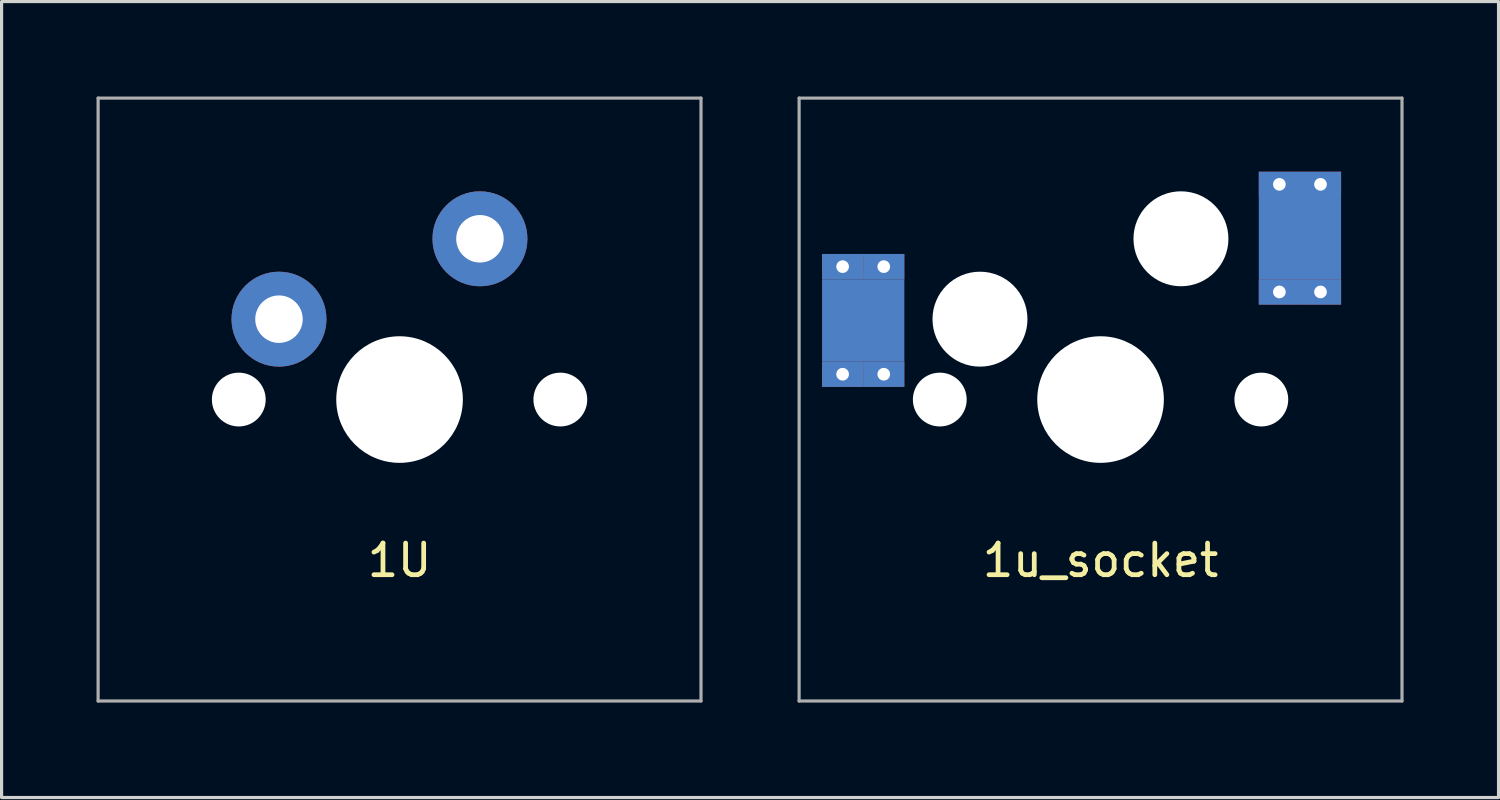
<source format=kicad_pcb>
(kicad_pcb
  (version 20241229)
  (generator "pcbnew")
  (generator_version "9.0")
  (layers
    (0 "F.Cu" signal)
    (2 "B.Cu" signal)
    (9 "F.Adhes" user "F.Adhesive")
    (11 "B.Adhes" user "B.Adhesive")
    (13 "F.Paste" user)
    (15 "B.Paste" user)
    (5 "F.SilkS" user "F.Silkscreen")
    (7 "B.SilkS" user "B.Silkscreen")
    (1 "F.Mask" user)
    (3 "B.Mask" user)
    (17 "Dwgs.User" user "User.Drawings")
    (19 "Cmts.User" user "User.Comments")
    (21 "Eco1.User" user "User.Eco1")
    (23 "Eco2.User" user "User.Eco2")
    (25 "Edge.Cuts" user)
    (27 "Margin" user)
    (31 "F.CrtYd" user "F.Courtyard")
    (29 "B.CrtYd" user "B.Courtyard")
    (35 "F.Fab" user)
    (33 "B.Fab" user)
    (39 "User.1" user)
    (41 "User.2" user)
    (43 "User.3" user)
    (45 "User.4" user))
  (footprint "1u_socket"
    (layer "F.Cu")
    (at 31.725 9.575)
    (property "Reference" "1u_socket" (at 0 5.08 0) (layer "F.SilkS") (effects (font (size 1 1) (thickness 0.15))))
    (attr through_hole)
    (fp_line (start -9.525 -9.525) (end -9.525 9.525) (stroke (width 0.1) (type solid)) (layer "F.Fab"))
    (fp_line (start -9.525 -9.525) (end 9.525 -9.525) (stroke (width 0.1) (type solid)) (layer "F.Fab"))
    (fp_line (start -9.525 9.525) (end 9.525 9.525) (stroke (width 0.1) (type solid)) (layer "F.Fab"))
    (fp_line (start 9.525 -9.525) (end 9.525 9.525) (stroke (width 0.1) (type solid)) (layer "F.Fab"))
    (pad "" thru_hole rect (at -8.15 -4.2 90) (size 0.8 1.3) (drill 0.4) (layers "*.Cu" "F.Mask"))
    (pad "" thru_hole rect (at -8.15 -0.8 90) (size 0.8 1.3) (drill 0.4) (layers "*.Cu"))
    (pad "" thru_hole rect (at -6.85 -4.2 90) (size 0.8 1.3) (drill 0.4) (layers "*.Cu"))
    (pad "" thru_hole rect (at -6.85 -0.8 90) (size 0.8 1.3) (drill 0.4) (layers "*.Cu"))
    (pad "" np_thru_hole circle (at -5.08 0) (size 1.7 1.7) (drill 1.7) (layers "*.Cu" "*.Mask"))
    (pad "" np_thru_hole circle (at -3.81 -2.54) (size 3 3) (drill 3) (layers "*.Cu" "*.Mask"))
    (pad "" np_thru_hole circle (at 0 0) (size 4 4) (drill 4) (layers "*.Cu" "*.Mask"))
    (pad "" np_thru_hole circle (at 2.54 -5.08) (size 3 3) (drill 3) (layers "*.Cu" "*.Mask"))
    (pad "" np_thru_hole circle (at 5.08 0) (size 1.7 1.7) (drill 1.7) (layers "*.Cu" "*.Mask"))
    (pad "" thru_hole rect (at 5.65 -6.8 90) (size 0.8 1.3) (drill 0.4) (layers "*.Cu"))
    (pad "" thru_hole rect (at 5.65 -3.4 90) (size 0.8 1.3) (drill 0.4) (layers "*.Cu"))
    (pad "" thru_hole rect (at 6.95 -6.8 90) (size 0.8 1.3) (drill 0.4) (layers "*.Cu"))
    (pad "" thru_hole rect (at 6.95 -3.4 90) (size 0.8 1.3) (drill 0.4) (layers "*.Cu"))
    (pad "1" smd rect (at 6.3 -5.1) (size 2.6 2.6) (layers "B.Cu" "B.Mask" "B.Paste"))
    (pad "2" smd rect (at -7.5 -2.5) (size 2.6 2.6) (layers "B.Cu" "B.Mask" "B.Paste")))
  (footprint "1U"
    (layer "F.Cu")
    (at 9.575 9.575)
    (property "Reference" "1U" (at 0 5.08 0) (layer "F.SilkS") (effects (font (size 1 1) (thickness 0.15))))
    (attr through_hole)
    (fp_line (start -9.525 -9.525) (end -9.525 9.525) (stroke (width 0.1) (type solid)) (layer "F.Fab"))
    (fp_line (start -9.525 -9.525) (end 9.525 -9.525) (stroke (width 0.1) (type solid)) (layer "F.Fab"))
    (fp_line (start -9.525 9.525) (end 9.525 9.525) (stroke (width 0.1) (type solid)) (layer "F.Fab"))
    (fp_line (start 9.525 -9.525) (end 9.525 9.525) (stroke (width 0.1) (type solid)) (layer "F.Fab"))
    (pad "" np_thru_hole circle (at -5.08 0) (size 1.7 1.7) (drill 1.7) (layers "*.Cu" "*.Mask"))
    (pad "" np_thru_hole circle (at 0 0) (size 4 4) (drill 4) (layers "*.Cu" "*.Mask"))
    (pad "" np_thru_hole circle (at 5.08 0) (size 1.7 1.7) (drill 1.7) (layers "*.Cu" "*.Mask"))
    (pad "1" thru_hole circle (at 2.54 -5.08) (size 3 3) (drill 1.5) (layers "*.Cu" "*.Mask"))
    (pad "2" thru_hole circle (at -3.81 -2.54) (size 3 3) (drill 1.5) (layers "*.Cu" "*.Mask")))
  (gr_rect
    (start -3 -3)
    (end 44.3 22.15)
    (stroke (width 0.1) (type default))
    (fill no)
    (layer "Edge.Cuts")))
</source>
